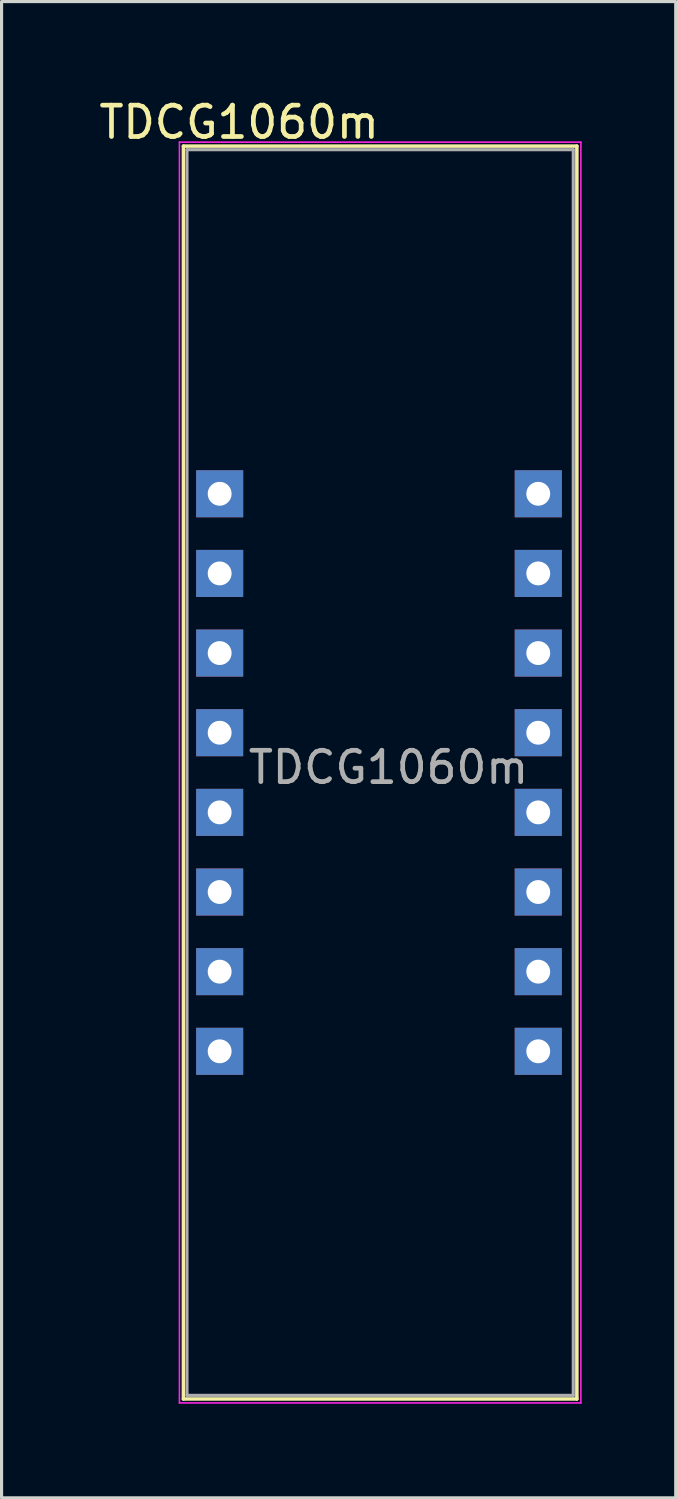
<source format=kicad_pcb>
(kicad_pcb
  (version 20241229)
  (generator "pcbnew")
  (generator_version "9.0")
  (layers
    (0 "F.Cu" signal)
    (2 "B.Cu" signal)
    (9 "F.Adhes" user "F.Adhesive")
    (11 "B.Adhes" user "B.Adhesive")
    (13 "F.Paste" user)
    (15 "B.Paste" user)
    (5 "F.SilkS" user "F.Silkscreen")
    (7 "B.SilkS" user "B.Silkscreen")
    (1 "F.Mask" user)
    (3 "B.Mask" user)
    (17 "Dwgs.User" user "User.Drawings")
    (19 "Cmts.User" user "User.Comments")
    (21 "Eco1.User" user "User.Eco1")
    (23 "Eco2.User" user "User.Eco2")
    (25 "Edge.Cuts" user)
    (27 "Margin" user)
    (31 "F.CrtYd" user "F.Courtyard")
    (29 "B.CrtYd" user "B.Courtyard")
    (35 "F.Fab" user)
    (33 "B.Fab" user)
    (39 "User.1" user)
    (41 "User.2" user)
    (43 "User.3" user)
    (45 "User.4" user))
  (footprint "TDCG1060m"
    (layer "F.Cu")
    (at 2.672 1.483)
    (property "Reference" "TDCG1060m" (at 1.905 -0.635 0) (layer "F.SilkS") (effects (font (size 1 1) (thickness 0.15))))
    (attr through_hole)
    (fp_line (start 0.127 0.127) (end 0.127 40.081) (stroke (width 0.113) (type solid)) (layer "F.SilkS"))
    (fp_line (start 0.127 40.081) (end 12.675 40.081) (stroke (width 0.113) (type solid)) (layer "F.SilkS"))
    (fp_line (start 12.675 0.127) (end 0.127 0.127) (stroke (width 0.113) (type solid)) (layer "F.SilkS"))
    (fp_line (start 12.675 40.081) (end 12.675 0.127) (stroke (width 0.113) (type solid)) (layer "F.SilkS"))
    (fp_line (start 0 0) (end 12.802 0) (stroke (width 0.05) (type solid)) (layer "F.CrtYd"))
    (fp_line (start 0 40.208) (end 0 0) (stroke (width 0.05) (type solid)) (layer "F.CrtYd"))
    (fp_line (start 12.802 0) (end 12.802 40.208) (stroke (width 0.05) (type solid)) (layer "F.CrtYd"))
    (fp_line (start 12.802 40.208) (end 0 40.208) (stroke (width 0.05) (type solid)) (layer "F.CrtYd"))
    (fp_line (start 0.241 0.241) (end 0.241 39.967) (stroke (width 0.1) (type solid)) (layer "F.Fab"))
    (fp_line (start 0.241 39.967) (end 12.56 39.967) (stroke (width 0.1) (type solid)) (layer "F.Fab"))
    (fp_line (start 12.56 0.241) (end 0.241 0.241) (stroke (width 0.1) (type solid)) (layer "F.Fab"))
    (fp_line (start 12.56 39.967) (end 12.56 0.241) (stroke (width 0.1) (type solid)) (layer "F.Fab"))
    (fp_text user "${REFERENCE}" (at 6.668 19.939 0) (layer "F.Fab") (effects (font (size 1 1) (thickness 0.15))))
    (pad "1" thru_hole rect (at 1.283 11.214) (size 1.5 1.5) (drill 0.762) (layers "*.Cu" "*.Mask"))
    (pad "2" thru_hole rect (at 1.283 13.754) (size 1.5 1.5) (drill 0.762) (layers "*.Cu" "*.Mask"))
    (pad "3" thru_hole rect (at 1.283 16.294) (size 1.5 1.5) (drill 0.762) (layers "*.Cu" "*.Mask"))
    (pad "4" thru_hole rect (at 1.283 18.834) (size 1.5 1.5) (drill 0.762) (layers "*.Cu" "*.Mask"))
    (pad "5" thru_hole rect (at 1.283 21.374) (size 1.5 1.5) (drill 0.762) (layers "*.Cu" "*.Mask"))
    (pad "6" thru_hole rect (at 1.283 23.914) (size 1.5 1.5) (drill 0.762) (layers "*.Cu" "*.Mask"))
    (pad "7" thru_hole rect (at 1.283 26.454) (size 1.5 1.5) (drill 0.762) (layers "*.Cu" "*.Mask"))
    (pad "8" thru_hole rect (at 1.283 28.994) (size 1.5 1.5) (drill 0.762) (layers "*.Cu" "*.Mask"))
    (pad "9" thru_hole rect (at 11.443 28.994) (size 1.5 1.5) (drill 0.762) (layers "*.Cu" "*.Mask"))
    (pad "10" thru_hole rect (at 11.443 26.454) (size 1.5 1.5) (drill 0.762) (layers "*.Cu" "*.Mask"))
    (pad "11" thru_hole rect (at 11.443 23.914) (size 1.5 1.5) (drill 0.762) (layers "*.Cu" "*.Mask"))
    (pad "12" thru_hole rect (at 11.443 21.374) (size 1.5 1.5) (drill 0.762) (layers "*.Cu" "*.Mask"))
    (pad "13" thru_hole rect (at 11.443 18.834) (size 1.5 1.5) (drill 0.762) (layers "*.Cu" "*.Mask"))
    (pad "14" thru_hole rect (at 11.443 16.294) (size 1.5 1.5) (drill 0.762) (layers "*.Cu" "*.Mask"))
    (pad "15" thru_hole rect (at 11.443 13.754) (size 1.5 1.5) (drill 0.762) (layers "*.Cu" "*.Mask"))
    (pad "16" thru_hole rect (at 11.443 11.214) (size 1.5 1.5) (drill 0.762) (layers "*.Cu" "*.Mask")))
  (gr_rect
    (start -3 -3)
    (end 18.499 44.716)
    (stroke (width 0.1) (type default))
    (fill no)
    (layer "Edge.Cuts")))
</source>
